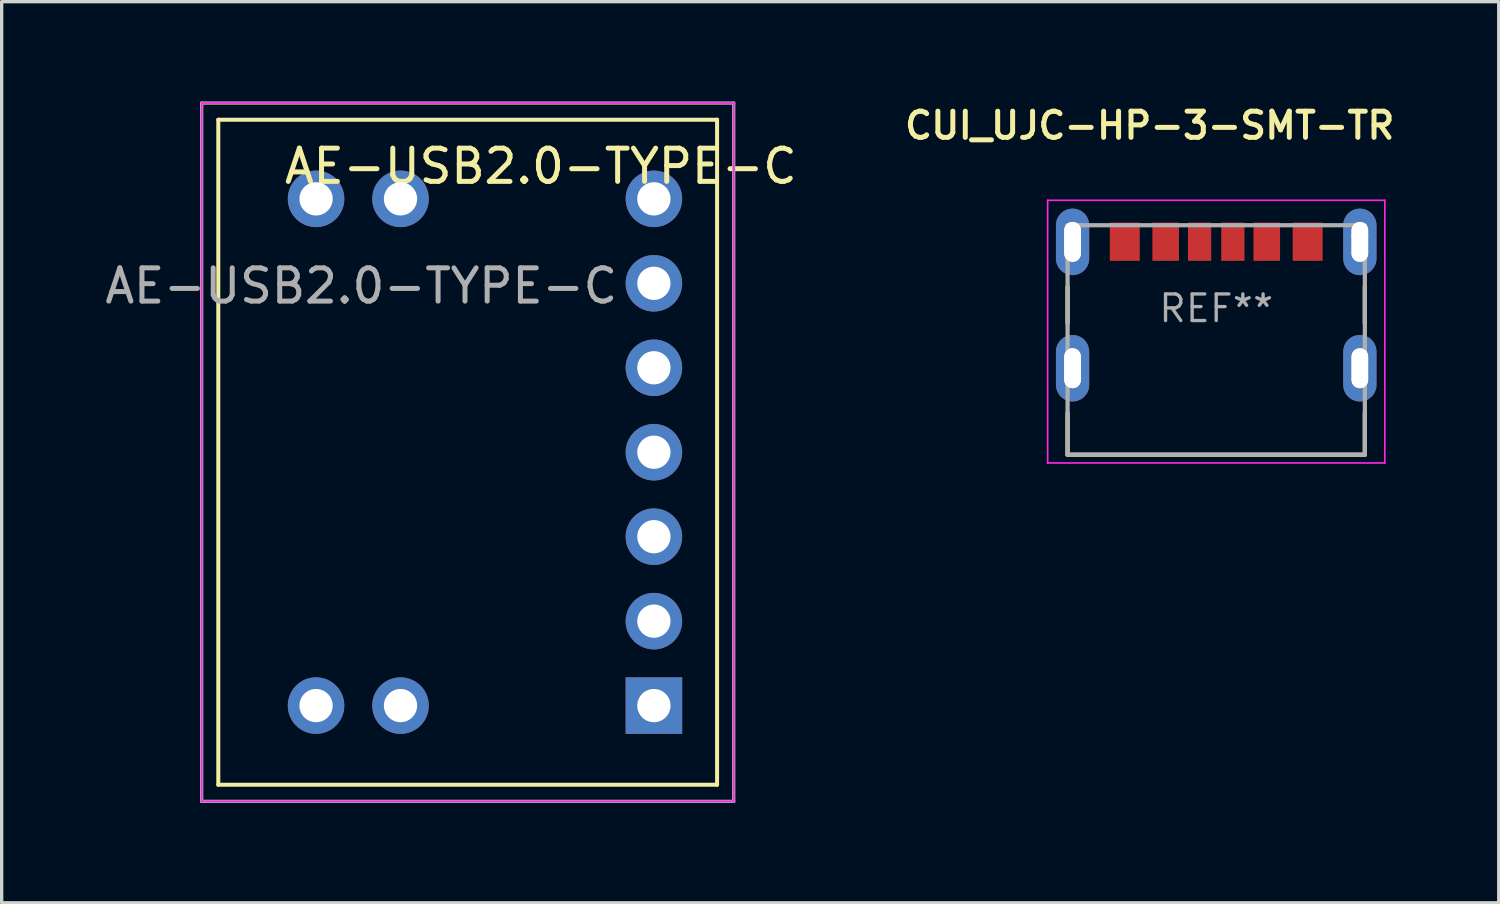
<source format=kicad_pcb>
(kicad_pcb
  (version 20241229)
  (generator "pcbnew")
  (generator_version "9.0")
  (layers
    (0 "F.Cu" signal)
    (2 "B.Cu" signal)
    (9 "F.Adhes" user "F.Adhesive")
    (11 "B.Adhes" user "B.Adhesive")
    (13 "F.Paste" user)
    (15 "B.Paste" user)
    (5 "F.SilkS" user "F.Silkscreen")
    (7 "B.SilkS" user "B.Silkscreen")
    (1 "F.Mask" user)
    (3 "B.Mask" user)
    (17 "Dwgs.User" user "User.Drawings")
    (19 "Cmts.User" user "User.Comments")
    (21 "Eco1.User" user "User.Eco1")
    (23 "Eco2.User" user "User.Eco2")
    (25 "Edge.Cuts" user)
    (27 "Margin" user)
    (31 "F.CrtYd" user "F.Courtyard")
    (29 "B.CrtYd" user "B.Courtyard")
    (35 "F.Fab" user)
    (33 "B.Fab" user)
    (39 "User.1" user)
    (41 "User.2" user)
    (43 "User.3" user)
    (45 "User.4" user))
  (footprint "AE-USB2.0-TYPE-C"
    (layer "F.Cu")
    (at 16.615 10.55)
    (property "Reference" "AE-USB2.0-TYPE-C" (at -3.4 -8.6 0) (layer "F.SilkS") (effects (font (size 1 1) (thickness 0.15))))
    (attr through_hole)
    (fp_line (start -13.1 -10) (end -13.1 10) (stroke (width 0.12) (type solid)) (layer "F.SilkS"))
    (fp_line (start 1.9 -10) (end -13.1 -10) (stroke (width 0.12) (type solid)) (layer "F.SilkS"))
    (fp_line (start 1.9 -10) (end 1.9 10) (stroke (width 0.12) (type solid)) (layer "F.SilkS"))
    (fp_line (start 1.9 10) (end -13.1 10) (stroke (width 0.12) (type solid)) (layer "F.SilkS"))
    (fp_line (start -13.6 -10.5) (end -13.6 10.5) (stroke (width 0.05) (type solid)) (layer "F.CrtYd"))
    (fp_line (start 2.4 -10.5) (end -13.6 -10.5) (stroke (width 0.05) (type solid)) (layer "F.CrtYd"))
    (fp_line (start 2.4 -10.5) (end 2.4 10.5) (stroke (width 0.05) (type solid)) (layer "F.CrtYd"))
    (fp_line (start 2.4 10.5) (end -13.6 10.5) (stroke (width 0.05) (type solid)) (layer "F.CrtYd"))
    (fp_line (start -13.6 -10.5) (end -13.6 10.5) (stroke (width 0.1) (type solid)) (layer "F.Fab"))
    (fp_line (start 2.4 -10.5) (end -13.6 -10.5) (stroke (width 0.1) (type solid)) (layer "F.Fab"))
    (fp_line (start 2.4 -10.5) (end 2.4 10.5) (stroke (width 0.1) (type solid)) (layer "F.Fab"))
    (fp_line (start 2.4 10.5) (end -13.6 10.5) (stroke (width 0.1) (type solid)) (layer "F.Fab"))
    (fp_text user "${REFERENCE}" (at -8.8 -5 180) (layer "F.Fab") (effects (font (size 1 1) (thickness 0.15))))
    (pad "1" thru_hole rect (at 0 7.62 270) (size 1.7 1.7) (drill 1) (layers "*.Cu" "*.Mask"))
    (pad "2" thru_hole oval (at 0 5.08 270) (size 1.7 1.7) (drill 1) (layers "*.Cu" "*.Mask"))
    (pad "3" thru_hole oval (at 0 2.54 270) (size 1.7 1.7) (drill 1) (layers "*.Cu" "*.Mask"))
    (pad "4" thru_hole oval (at 0 0 270) (size 1.7 1.7) (drill 1) (layers "*.Cu" "*.Mask"))
    (pad "5" thru_hole oval (at 0 -2.54 270) (size 1.7 1.7) (drill 1) (layers "*.Cu" "*.Mask"))
    (pad "6" thru_hole oval (at 0 -5.08 270) (size 1.7 1.7) (drill 1) (layers "*.Cu" "*.Mask"))
    (pad "7" thru_hole oval (at 0 -7.62 270) (size 1.7 1.7) (drill 1) (layers "*.Cu" "*.Mask"))
    (pad "NC" thru_hole oval (at -10.16 -7.62 270) (size 1.7 1.7) (drill 1) (layers "*.Cu" "*.Mask"))
    (pad "NC" thru_hole oval (at -10.16 7.62 270) (size 1.7 1.7) (drill 1) (layers "*.Cu" "*.Mask"))
    (pad "NC" thru_hole oval (at -7.62 -7.62 270) (size 1.7 1.7) (drill 1) (layers "*.Cu" "*.Mask"))
    (pad "NC" thru_hole oval (at -7.62 7.62 270) (size 1.7 1.7) (drill 1) (layers "*.Cu" "*.Mask")))
  (footprint "CUI_UJC-HP-3-SMT-TR"
    (layer "F.Cu")
    (at 33.526 4.224)
    (property "Reference" "CUI_UJC-HP-3-SMT-TR" (at -2 -3.5 0) (layer "F.SilkS") (effects (font (size 0.787 0.787) (thickness 0.15))))
    (attr through_hole)
    (fp_line (start -4.47 2.45) (end -4.47 1.35) (stroke (width 0.127) (type solid)) (layer "F.SilkS"))
    (fp_line (start -4.47 6.4) (end -4.47 5.15) (stroke (width 0.127) (type solid)) (layer "F.SilkS"))
    (fp_line (start -4.47 6.4) (end 4.47 6.4) (stroke (width 0.127) (type solid)) (layer "F.SilkS"))
    (fp_line (start 4.47 2.45) (end 4.47 1.35) (stroke (width 0.127) (type solid)) (layer "F.SilkS"))
    (fp_line (start 4.47 6.4) (end 4.47 5.15) (stroke (width 0.127) (type solid)) (layer "F.SilkS"))
    (fp_line (start -5.07 -1.25) (end -5.07 6.65) (stroke (width 0.05) (type solid)) (layer "F.CrtYd"))
    (fp_line (start -5.07 6.65) (end 5.07 6.65) (stroke (width 0.05) (type solid)) (layer "F.CrtYd"))
    (fp_line (start 5.07 -1.25) (end -5.07 -1.25) (stroke (width 0.05) (type solid)) (layer "F.CrtYd"))
    (fp_line (start 5.07 6.65) (end 5.07 -1.25) (stroke (width 0.05) (type solid)) (layer "F.CrtYd"))
    (fp_line (start -4.47 -0.5) (end -4.47 6.4) (stroke (width 0.127) (type solid)) (layer "F.Fab"))
    (fp_line (start -4.47 6.4) (end 4.47 6.4) (stroke (width 0.127) (type solid)) (layer "F.Fab"))
    (fp_line (start 4.47 -0.5) (end -4.47 -0.5) (stroke (width 0.127) (type solid)) (layer "F.Fab"))
    (fp_line (start 4.47 6.4) (end 4.47 -0.5) (stroke (width 0.127) (type solid)) (layer "F.Fab"))
    (fp_text user "REF**" (at 0 2 0) (layer "F.Fab") (effects (font (size 0.8 0.8) (thickness 0.1))))
    (pad "" np_thru_hole circle (at -4.32 -0.35) (size 0.5 0.5) (drill 0.5) (layers "*.Cu" "*.Mask"))
    (pad "" np_thru_hole circle (at -4.32 -0.25) (size 0.5 0.5) (drill 0.5) (layers "*.Cu" "*.Mask"))
    (pad "" np_thru_hole circle (at -4.32 -0.15) (size 0.5 0.5) (drill 0.5) (layers "*.Cu" "*.Mask"))
    (pad "" np_thru_hole circle (at -4.32 -0.05) (size 0.5 0.5) (drill 0.5) (layers "*.Cu" "*.Mask"))
    (pad "" np_thru_hole circle (at -4.32 0.05) (size 0.5 0.5) (drill 0.5) (layers "*.Cu" "*.Mask"))
    (pad "" np_thru_hole circle (at -4.32 0.15) (size 0.5 0.5) (drill 0.5) (layers "*.Cu" "*.Mask"))
    (pad "" np_thru_hole circle (at -4.32 0.25) (size 0.5 0.5) (drill 0.5) (layers "*.Cu" "*.Mask"))
    (pad "" np_thru_hole circle (at -4.32 0.35) (size 0.5 0.5) (drill 0.5) (layers "*.Cu" "*.Mask"))
    (pad "" np_thru_hole circle (at -4.32 3.45) (size 0.5 0.5) (drill 0.5) (layers "*.Cu" "*.Mask"))
    (pad "" np_thru_hole circle (at -4.32 3.55) (size 0.5 0.5) (drill 0.5) (layers "*.Cu" "*.Mask"))
    (pad "" np_thru_hole circle (at -4.32 3.65) (size 0.5 0.5) (drill 0.5) (layers "*.Cu" "*.Mask"))
    (pad "" np_thru_hole circle (at -4.32 3.75) (size 0.5 0.5) (drill 0.5) (layers "*.Cu" "*.Mask"))
    (pad "" np_thru_hole circle (at -4.32 3.85) (size 0.5 0.5) (drill 0.5) (layers "*.Cu" "*.Mask"))
    (pad "" np_thru_hole circle (at -4.32 3.95) (size 0.5 0.5) (drill 0.5) (layers "*.Cu" "*.Mask"))
    (pad "" np_thru_hole circle (at -4.32 4.05) (size 0.5 0.5) (drill 0.5) (layers "*.Cu" "*.Mask"))
    (pad "" np_thru_hole circle (at -4.32 4.15) (size 0.5 0.5) (drill 0.5) (layers "*.Cu" "*.Mask"))
    (pad "" np_thru_hole circle (at 4.32 -0.35) (size 0.5 0.5) (drill 0.5) (layers "*.Cu" "*.Mask"))
    (pad "" np_thru_hole circle (at 4.32 -0.25) (size 0.5 0.5) (drill 0.5) (layers "*.Cu" "*.Mask"))
    (pad "" np_thru_hole circle (at 4.32 -0.2) (size 0.5 0.5) (drill 0.5) (layers "*.Cu" "*.Mask"))
    (pad "" np_thru_hole circle (at 4.32 -0.15) (size 0.5 0.5) (drill 0.5) (layers "*.Cu" "*.Mask"))
    (pad "" np_thru_hole circle (at 4.32 -0.05) (size 0.5 0.5) (drill 0.5) (layers "*.Cu" "*.Mask"))
    (pad "" np_thru_hole circle (at 4.32 0.05) (size 0.5 0.5) (drill 0.5) (layers "*.Cu" "*.Mask"))
    (pad "" np_thru_hole circle (at 4.32 0.15) (size 0.5 0.5) (drill 0.5) (layers "*.Cu" "*.Mask"))
    (pad "" np_thru_hole circle (at 4.32 0.25) (size 0.5 0.5) (drill 0.5) (layers "*.Cu" "*.Mask"))
    (pad "" np_thru_hole circle (at 4.32 0.35) (size 0.5 0.5) (drill 0.5) (layers "*.Cu" "*.Mask"))
    (pad "" np_thru_hole circle (at 4.32 3.45) (size 0.5 0.5) (drill 0.5) (layers "*.Cu" "*.Mask"))
    (pad "" np_thru_hole circle (at 4.32 3.55) (size 0.5 0.5) (drill 0.5) (layers "*.Cu" "*.Mask"))
    (pad "" np_thru_hole circle (at 4.32 3.65) (size 0.5 0.5) (drill 0.5) (layers "*.Cu" "*.Mask"))
    (pad "" np_thru_hole circle (at 4.32 3.75) (size 0.5 0.5) (drill 0.5) (layers "*.Cu" "*.Mask"))
    (pad "" np_thru_hole circle (at 4.32 3.85) (size 0.5 0.5) (drill 0.5) (layers "*.Cu" "*.Mask"))
    (pad "" np_thru_hole circle (at 4.32 3.95) (size 0.5 0.5) (drill 0.5) (layers "*.Cu" "*.Mask"))
    (pad "" np_thru_hole circle (at 4.32 4.05) (size 0.5 0.5) (drill 0.5) (layers "*.Cu" "*.Mask"))
    (pad "" np_thru_hole circle (at 4.32 4.15) (size 0.5 0.5) (drill 0.5) (layers "*.Cu" "*.Mask"))
    (pad "A5" smd rect (at -0.5 -0.005 90) (size 1.15 0.7) (layers "F.Cu" "F.Mask" "F.Paste"))
    (pad "A9" smd rect (at 1.52 -0.005 90) (size 1.15 0.8) (layers "F.Cu" "F.Mask" "F.Paste"))
    (pad "A12" smd rect (at 2.75 -0.005 90) (size 1.15 0.9) (layers "F.Cu" "F.Mask" "F.Paste"))
    (pad "B5" smd rect (at 0.5 -0.005 90) (size 1.15 0.7) (layers "F.Cu" "F.Mask" "F.Paste"))
    (pad "B9" smd rect (at -1.52 -0.005 90) (size 1.15 0.8) (layers "F.Cu" "F.Mask" "F.Paste"))
    (pad "B12" smd rect (at -2.75 -0.005 90) (size 1.15 0.9) (layers "F.Cu" "F.Mask" "F.Paste"))
    (pad "S1" thru_hole oval (at -4.32 0) (size 1 2) (drill oval 0.5 1.2) (layers "*.Cu" "*.Mask"))
    (pad "S2" thru_hole oval (at 4.32 0) (size 1 2) (drill oval 0.5 1.2) (layers "*.Cu" "*.Mask"))
    (pad "S3" thru_hole oval (at -4.32 3.8) (size 1 2) (drill oval 0.5 1.2) (layers "*.Cu" "*.Mask"))
    (pad "S4" thru_hole oval (at 4.32 3.8) (size 1 2) (drill oval 0.5 1.2) (layers "*.Cu" "*.Mask")))
  (gr_rect
    (start -3 -3)
    (end 42.022 24.1)
    (stroke (width 0.1) (type default))
    (fill no)
    (layer "Edge.Cuts")))
</source>
